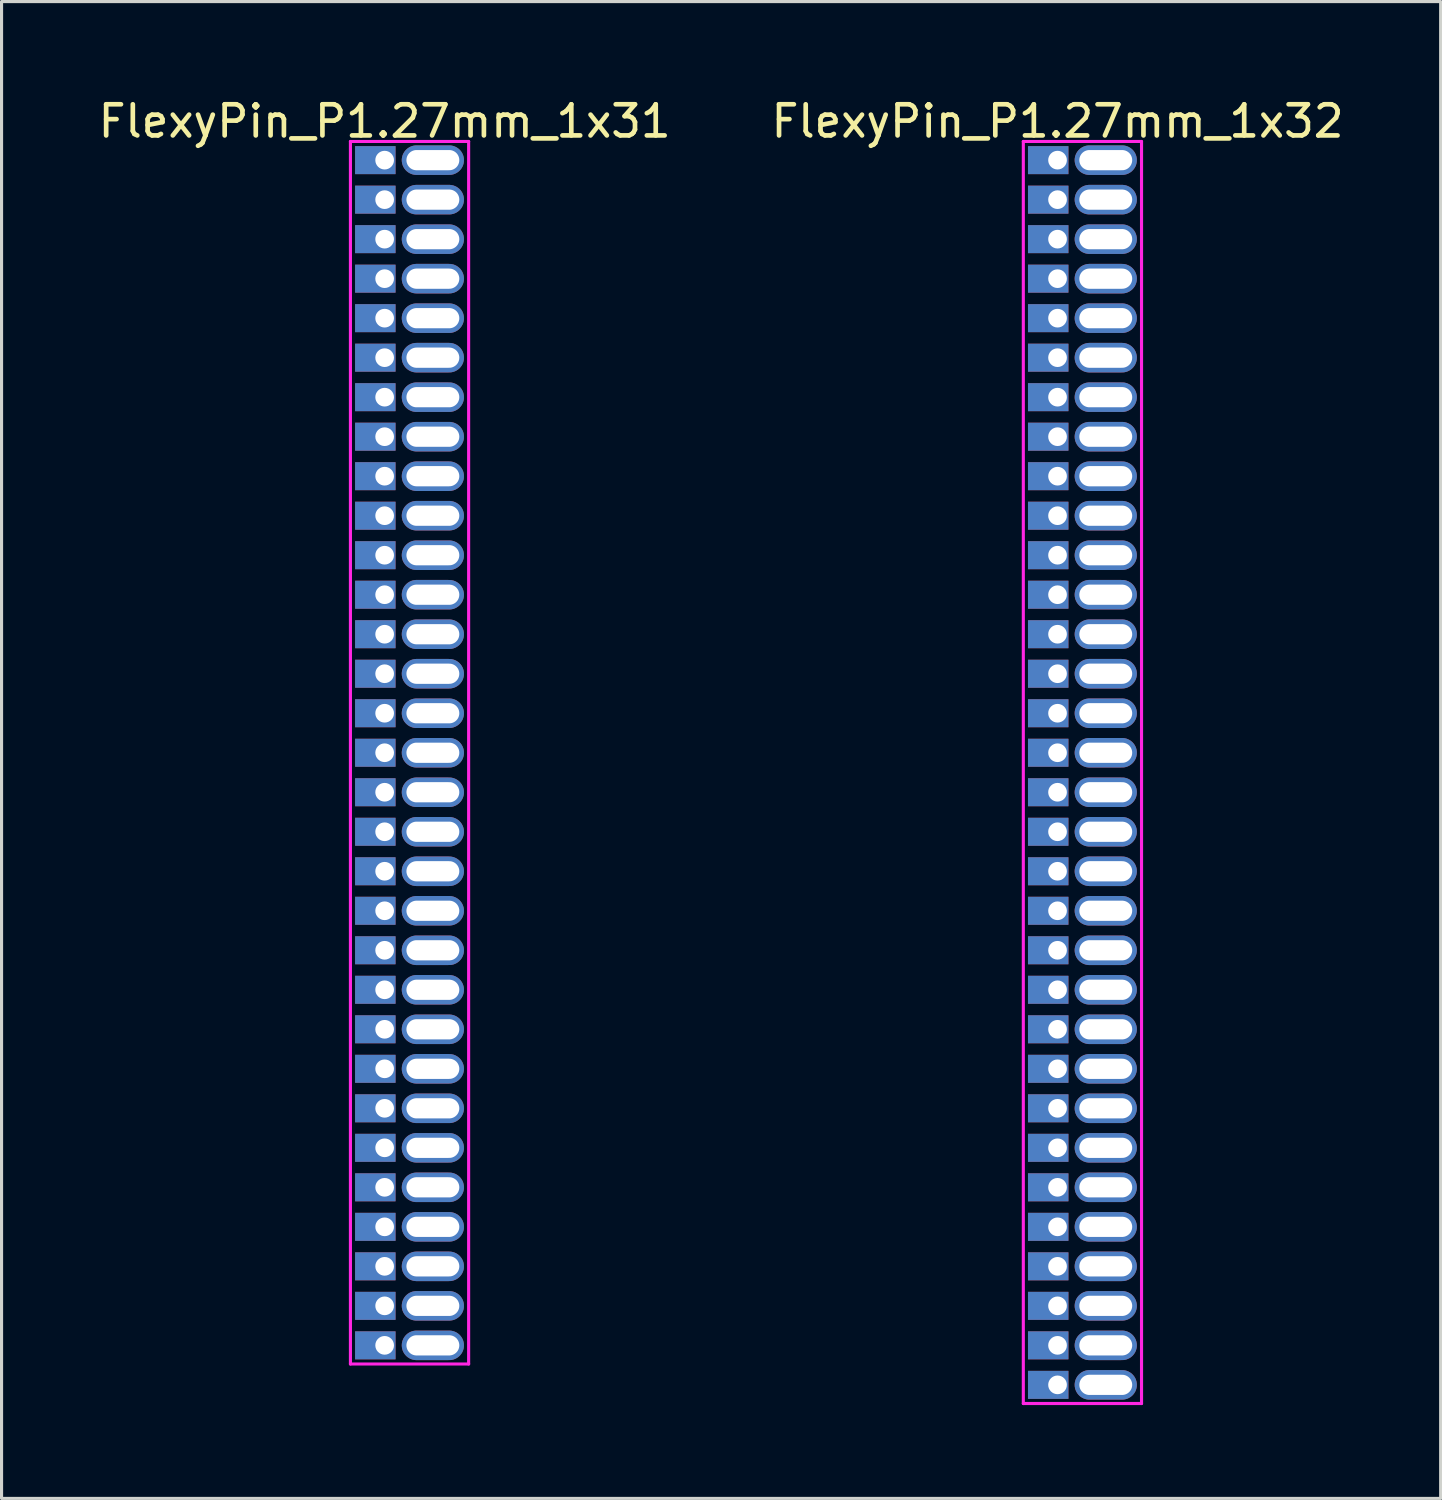
<source format=kicad_pcb>
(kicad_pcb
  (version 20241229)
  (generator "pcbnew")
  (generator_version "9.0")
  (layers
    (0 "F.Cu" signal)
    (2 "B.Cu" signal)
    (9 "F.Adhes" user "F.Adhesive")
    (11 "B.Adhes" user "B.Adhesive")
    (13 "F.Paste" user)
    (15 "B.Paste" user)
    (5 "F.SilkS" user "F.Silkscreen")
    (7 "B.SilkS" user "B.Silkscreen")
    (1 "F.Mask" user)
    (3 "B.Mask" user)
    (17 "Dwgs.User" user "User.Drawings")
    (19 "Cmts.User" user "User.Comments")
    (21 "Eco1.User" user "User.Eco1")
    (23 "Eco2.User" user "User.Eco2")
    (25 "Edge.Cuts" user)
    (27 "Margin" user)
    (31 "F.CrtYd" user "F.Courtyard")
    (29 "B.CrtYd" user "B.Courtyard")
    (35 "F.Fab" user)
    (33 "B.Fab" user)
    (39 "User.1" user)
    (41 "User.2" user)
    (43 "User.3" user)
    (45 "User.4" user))
  (footprint "FlexyPin_P1.27mm_1x31"
    (layer "F.Cu")
    (at 9.315 2.098)
    (property "Reference" "FlexyPin_P1.27mm_1x31" (at 0 -1.25 0) (layer "F.SilkS") (effects (font (size 1 1) (thickness 0.15))))
    (attr through_hole)
    (fp_line (start -1.1 -0.6) (end 2.7 -0.6) (stroke (width 0.1) (type solid)) (layer "F.CrtYd"))
    (fp_line (start -1.1 38.7) (end -1.1 -0.6) (stroke (width 0.1) (type solid)) (layer "F.CrtYd"))
    (fp_line (start 2.7 -0.6) (end 2.7 38.7) (stroke (width 0.1) (type solid)) (layer "F.CrtYd"))
    (fp_line (start 2.7 38.7) (end -1.1 38.7) (stroke (width 0.1) (type solid)) (layer "F.CrtYd"))
    (pad "" thru_hole oval (at 1.55 0) (size 2 0.95) (drill oval 1.7 0.65) (layers "*.Cu" "*.Mask"))
    (pad "" thru_hole oval (at 1.55 1.27) (size 2 0.95) (drill oval 1.7 0.65) (layers "*.Cu" "*.Mask"))
    (pad "" thru_hole oval (at 1.55 2.54) (size 2 0.95) (drill oval 1.7 0.65) (layers "*.Cu" "*.Mask"))
    (pad "" thru_hole oval (at 1.55 3.81) (size 2 0.95) (drill oval 1.7 0.65) (layers "*.Cu" "*.Mask"))
    (pad "" thru_hole oval (at 1.55 5.08) (size 2 0.95) (drill oval 1.7 0.65) (layers "*.Cu" "*.Mask"))
    (pad "" thru_hole oval (at 1.55 6.35) (size 2 0.95) (drill oval 1.7 0.65) (layers "*.Cu" "*.Mask"))
    (pad "" thru_hole oval (at 1.55 7.62) (size 2 0.95) (drill oval 1.7 0.65) (layers "*.Cu" "*.Mask"))
    (pad "" thru_hole oval (at 1.55 8.89) (size 2 0.95) (drill oval 1.7 0.65) (layers "*.Cu" "*.Mask"))
    (pad "" thru_hole oval (at 1.55 10.16) (size 2 0.95) (drill oval 1.7 0.65) (layers "*.Cu" "*.Mask"))
    (pad "" thru_hole oval (at 1.55 11.43) (size 2 0.95) (drill oval 1.7 0.65) (layers "*.Cu" "*.Mask"))
    (pad "" thru_hole oval (at 1.55 12.7) (size 2 0.95) (drill oval 1.7 0.65) (layers "*.Cu" "*.Mask"))
    (pad "" thru_hole oval (at 1.55 13.97) (size 2 0.95) (drill oval 1.7 0.65) (layers "*.Cu" "*.Mask"))
    (pad "" thru_hole oval (at 1.55 15.24) (size 2 0.95) (drill oval 1.7 0.65) (layers "*.Cu" "*.Mask"))
    (pad "" thru_hole oval (at 1.55 16.51) (size 2 0.95) (drill oval 1.7 0.65) (layers "*.Cu" "*.Mask"))
    (pad "" thru_hole oval (at 1.55 17.78) (size 2 0.95) (drill oval 1.7 0.65) (layers "*.Cu" "*.Mask"))
    (pad "" thru_hole oval (at 1.55 19.05) (size 2 0.95) (drill oval 1.7 0.65) (layers "*.Cu" "*.Mask"))
    (pad "" thru_hole oval (at 1.55 20.32) (size 2 0.95) (drill oval 1.7 0.65) (layers "*.Cu" "*.Mask"))
    (pad "" thru_hole oval (at 1.55 21.59) (size 2 0.95) (drill oval 1.7 0.65) (layers "*.Cu" "*.Mask"))
    (pad "" thru_hole oval (at 1.55 22.86) (size 2 0.95) (drill oval 1.7 0.65) (layers "*.Cu" "*.Mask"))
    (pad "" thru_hole oval (at 1.55 24.13) (size 2 0.95) (drill oval 1.7 0.65) (layers "*.Cu" "*.Mask"))
    (pad "" thru_hole oval (at 1.55 25.4) (size 2 0.95) (drill oval 1.7 0.65) (layers "*.Cu" "*.Mask"))
    (pad "" thru_hole oval (at 1.55 26.67) (size 2 0.95) (drill oval 1.7 0.65) (layers "*.Cu" "*.Mask"))
    (pad "" thru_hole oval (at 1.55 27.94) (size 2 0.95) (drill oval 1.7 0.65) (layers "*.Cu" "*.Mask"))
    (pad "" thru_hole oval (at 1.55 29.21) (size 2 0.95) (drill oval 1.7 0.65) (layers "*.Cu" "*.Mask"))
    (pad "" thru_hole oval (at 1.55 30.48) (size 2 0.95) (drill oval 1.7 0.65) (layers "*.Cu" "*.Mask"))
    (pad "" thru_hole oval (at 1.55 31.75) (size 2 0.95) (drill oval 1.7 0.65) (layers "*.Cu" "*.Mask"))
    (pad "" thru_hole oval (at 1.55 33.02) (size 2 0.95) (drill oval 1.7 0.65) (layers "*.Cu" "*.Mask"))
    (pad "" thru_hole oval (at 1.55 34.29) (size 2 0.95) (drill oval 1.7 0.65) (layers "*.Cu" "*.Mask"))
    (pad "" thru_hole oval (at 1.55 35.56) (size 2 0.95) (drill oval 1.7 0.65) (layers "*.Cu" "*.Mask"))
    (pad "" thru_hole oval (at 1.55 36.83) (size 2 0.95) (drill oval 1.7 0.65) (layers "*.Cu" "*.Mask"))
    (pad "" thru_hole oval (at 1.55 38.1) (size 2 0.95) (drill oval 1.7 0.65) (layers "*.Cu" "*.Mask"))
    (pad "1" thru_hole rect (at 0 0) (size 1.3 0.9) (drill 0.6 (offset -0.3 0)) (layers "*.Cu" "*.Mask"))
    (pad "2" thru_hole rect (at 0 1.27) (size 1.3 0.9) (drill 0.6 (offset -0.3 0)) (layers "*.Cu" "*.Mask"))
    (pad "3" thru_hole rect (at 0 2.54) (size 1.3 0.9) (drill 0.6 (offset -0.3 0)) (layers "*.Cu" "*.Mask"))
    (pad "4" thru_hole rect (at 0 3.81) (size 1.3 0.9) (drill 0.6 (offset -0.3 0)) (layers "*.Cu" "*.Mask"))
    (pad "5" thru_hole rect (at 0 5.08) (size 1.3 0.9) (drill 0.6 (offset -0.3 0)) (layers "*.Cu" "*.Mask"))
    (pad "6" thru_hole rect (at 0 6.35) (size 1.3 0.9) (drill 0.6 (offset -0.3 0)) (layers "*.Cu" "*.Mask"))
    (pad "7" thru_hole rect (at 0 7.62) (size 1.3 0.9) (drill 0.6 (offset -0.3 0)) (layers "*.Cu" "*.Mask"))
    (pad "8" thru_hole rect (at 0 8.89) (size 1.3 0.9) (drill 0.6 (offset -0.3 0)) (layers "*.Cu" "*.Mask"))
    (pad "9" thru_hole rect (at 0 10.16) (size 1.3 0.9) (drill 0.6 (offset -0.3 0)) (layers "*.Cu" "*.Mask"))
    (pad "10" thru_hole rect (at 0 11.43) (size 1.3 0.9) (drill 0.6 (offset -0.3 0)) (layers "*.Cu" "*.Mask"))
    (pad "11" thru_hole rect (at 0 12.7) (size 1.3 0.9) (drill 0.6 (offset -0.3 0)) (layers "*.Cu" "*.Mask"))
    (pad "12" thru_hole rect (at 0 13.97) (size 1.3 0.9) (drill 0.6 (offset -0.3 0)) (layers "*.Cu" "*.Mask"))
    (pad "13" thru_hole rect (at 0 15.24) (size 1.3 0.9) (drill 0.6 (offset -0.3 0)) (layers "*.Cu" "*.Mask"))
    (pad "14" thru_hole rect (at 0 16.51) (size 1.3 0.9) (drill 0.6 (offset -0.3 0)) (layers "*.Cu" "*.Mask"))
    (pad "15" thru_hole rect (at 0 17.78) (size 1.3 0.9) (drill 0.6 (offset -0.3 0)) (layers "*.Cu" "*.Mask"))
    (pad "16" thru_hole rect (at 0 19.05) (size 1.3 0.9) (drill 0.6 (offset -0.3 0)) (layers "*.Cu" "*.Mask"))
    (pad "17" thru_hole rect (at 0 20.32) (size 1.3 0.9) (drill 0.6 (offset -0.3 0)) (layers "*.Cu" "*.Mask"))
    (pad "18" thru_hole rect (at 0 21.59) (size 1.3 0.9) (drill 0.6 (offset -0.3 0)) (layers "*.Cu" "*.Mask"))
    (pad "19" thru_hole rect (at 0 22.86) (size 1.3 0.9) (drill 0.6 (offset -0.3 0)) (layers "*.Cu" "*.Mask"))
    (pad "20" thru_hole rect (at 0 24.13) (size 1.3 0.9) (drill 0.6 (offset -0.3 0)) (layers "*.Cu" "*.Mask"))
    (pad "21" thru_hole rect (at 0 25.4) (size 1.3 0.9) (drill 0.6 (offset -0.3 0)) (layers "*.Cu" "*.Mask"))
    (pad "22" thru_hole rect (at 0 26.67) (size 1.3 0.9) (drill 0.6 (offset -0.3 0)) (layers "*.Cu" "*.Mask"))
    (pad "23" thru_hole rect (at 0 27.94) (size 1.3 0.9) (drill 0.6 (offset -0.3 0)) (layers "*.Cu" "*.Mask"))
    (pad "24" thru_hole rect (at 0 29.21) (size 1.3 0.9) (drill 0.6 (offset -0.3 0)) (layers "*.Cu" "*.Mask"))
    (pad "25" thru_hole rect (at 0 30.48) (size 1.3 0.9) (drill 0.6 (offset -0.3 0)) (layers "*.Cu" "*.Mask"))
    (pad "26" thru_hole rect (at 0 31.75) (size 1.3 0.9) (drill 0.6 (offset -0.3 0)) (layers "*.Cu" "*.Mask"))
    (pad "27" thru_hole rect (at 0 33.02) (size 1.3 0.9) (drill 0.6 (offset -0.3 0)) (layers "*.Cu" "*.Mask"))
    (pad "28" thru_hole rect (at 0 34.29) (size 1.3 0.9) (drill 0.6 (offset -0.3 0)) (layers "*.Cu" "*.Mask"))
    (pad "29" thru_hole rect (at 0 35.56) (size 1.3 0.9) (drill 0.6 (offset -0.3 0)) (layers "*.Cu" "*.Mask"))
    (pad "30" thru_hole rect (at 0 36.83) (size 1.3 0.9) (drill 0.6 (offset -0.3 0)) (layers "*.Cu" "*.Mask"))
    (pad "31" thru_hole rect (at 0 38.1) (size 1.3 0.9) (drill 0.6 (offset -0.3 0)) (layers "*.Cu" "*.Mask")))
  (footprint "FlexyPin_P1.27mm_1x32"
    (layer "F.Cu")
    (at 30.946 2.098)
    (property "Reference" "FlexyPin_P1.27mm_1x32" (at 0 -1.25 0) (layer "F.SilkS") (effects (font (size 1 1) (thickness 0.15))))
    (attr through_hole)
    (fp_line (start -1.1 -0.6) (end 2.7 -0.6) (stroke (width 0.1) (type solid)) (layer "F.CrtYd"))
    (fp_line (start -1.1 39.97) (end -1.1 -0.6) (stroke (width 0.1) (type solid)) (layer "F.CrtYd"))
    (fp_line (start 2.7 -0.6) (end 2.7 39.97) (stroke (width 0.1) (type solid)) (layer "F.CrtYd"))
    (fp_line (start 2.7 39.97) (end -1.1 39.97) (stroke (width 0.1) (type solid)) (layer "F.CrtYd"))
    (pad "" thru_hole oval (at 1.55 0) (size 2 0.95) (drill oval 1.7 0.65) (layers "*.Cu" "*.Mask"))
    (pad "" thru_hole oval (at 1.55 1.27) (size 2 0.95) (drill oval 1.7 0.65) (layers "*.Cu" "*.Mask"))
    (pad "" thru_hole oval (at 1.55 2.54) (size 2 0.95) (drill oval 1.7 0.65) (layers "*.Cu" "*.Mask"))
    (pad "" thru_hole oval (at 1.55 3.81) (size 2 0.95) (drill oval 1.7 0.65) (layers "*.Cu" "*.Mask"))
    (pad "" thru_hole oval (at 1.55 5.08) (size 2 0.95) (drill oval 1.7 0.65) (layers "*.Cu" "*.Mask"))
    (pad "" thru_hole oval (at 1.55 6.35) (size 2 0.95) (drill oval 1.7 0.65) (layers "*.Cu" "*.Mask"))
    (pad "" thru_hole oval (at 1.55 7.62) (size 2 0.95) (drill oval 1.7 0.65) (layers "*.Cu" "*.Mask"))
    (pad "" thru_hole oval (at 1.55 8.89) (size 2 0.95) (drill oval 1.7 0.65) (layers "*.Cu" "*.Mask"))
    (pad "" thru_hole oval (at 1.55 10.16) (size 2 0.95) (drill oval 1.7 0.65) (layers "*.Cu" "*.Mask"))
    (pad "" thru_hole oval (at 1.55 11.43) (size 2 0.95) (drill oval 1.7 0.65) (layers "*.Cu" "*.Mask"))
    (pad "" thru_hole oval (at 1.55 12.7) (size 2 0.95) (drill oval 1.7 0.65) (layers "*.Cu" "*.Mask"))
    (pad "" thru_hole oval (at 1.55 13.97) (size 2 0.95) (drill oval 1.7 0.65) (layers "*.Cu" "*.Mask"))
    (pad "" thru_hole oval (at 1.55 15.24) (size 2 0.95) (drill oval 1.7 0.65) (layers "*.Cu" "*.Mask"))
    (pad "" thru_hole oval (at 1.55 16.51) (size 2 0.95) (drill oval 1.7 0.65) (layers "*.Cu" "*.Mask"))
    (pad "" thru_hole oval (at 1.55 17.78) (size 2 0.95) (drill oval 1.7 0.65) (layers "*.Cu" "*.Mask"))
    (pad "" thru_hole oval (at 1.55 19.05) (size 2 0.95) (drill oval 1.7 0.65) (layers "*.Cu" "*.Mask"))
    (pad "" thru_hole oval (at 1.55 20.32) (size 2 0.95) (drill oval 1.7 0.65) (layers "*.Cu" "*.Mask"))
    (pad "" thru_hole oval (at 1.55 21.59) (size 2 0.95) (drill oval 1.7 0.65) (layers "*.Cu" "*.Mask"))
    (pad "" thru_hole oval (at 1.55 22.86) (size 2 0.95) (drill oval 1.7 0.65) (layers "*.Cu" "*.Mask"))
    (pad "" thru_hole oval (at 1.55 24.13) (size 2 0.95) (drill oval 1.7 0.65) (layers "*.Cu" "*.Mask"))
    (pad "" thru_hole oval (at 1.55 25.4) (size 2 0.95) (drill oval 1.7 0.65) (layers "*.Cu" "*.Mask"))
    (pad "" thru_hole oval (at 1.55 26.67) (size 2 0.95) (drill oval 1.7 0.65) (layers "*.Cu" "*.Mask"))
    (pad "" thru_hole oval (at 1.55 27.94) (size 2 0.95) (drill oval 1.7 0.65) (layers "*.Cu" "*.Mask"))
    (pad "" thru_hole oval (at 1.55 29.21) (size 2 0.95) (drill oval 1.7 0.65) (layers "*.Cu" "*.Mask"))
    (pad "" thru_hole oval (at 1.55 30.48) (size 2 0.95) (drill oval 1.7 0.65) (layers "*.Cu" "*.Mask"))
    (pad "" thru_hole oval (at 1.55 31.75) (size 2 0.95) (drill oval 1.7 0.65) (layers "*.Cu" "*.Mask"))
    (pad "" thru_hole oval (at 1.55 33.02) (size 2 0.95) (drill oval 1.7 0.65) (layers "*.Cu" "*.Mask"))
    (pad "" thru_hole oval (at 1.55 34.29) (size 2 0.95) (drill oval 1.7 0.65) (layers "*.Cu" "*.Mask"))
    (pad "" thru_hole oval (at 1.55 35.56) (size 2 0.95) (drill oval 1.7 0.65) (layers "*.Cu" "*.Mask"))
    (pad "" thru_hole oval (at 1.55 36.83) (size 2 0.95) (drill oval 1.7 0.65) (layers "*.Cu" "*.Mask"))
    (pad "" thru_hole oval (at 1.55 38.1) (size 2 0.95) (drill oval 1.7 0.65) (layers "*.Cu" "*.Mask"))
    (pad "" thru_hole oval (at 1.55 39.37) (size 2 0.95) (drill oval 1.7 0.65) (layers "*.Cu" "*.Mask"))
    (pad "1" thru_hole rect (at 0 0) (size 1.3 0.9) (drill 0.6 (offset -0.3 0)) (layers "*.Cu" "*.Mask"))
    (pad "2" thru_hole rect (at 0 1.27) (size 1.3 0.9) (drill 0.6 (offset -0.3 0)) (layers "*.Cu" "*.Mask"))
    (pad "3" thru_hole rect (at 0 2.54) (size 1.3 0.9) (drill 0.6 (offset -0.3 0)) (layers "*.Cu" "*.Mask"))
    (pad "4" thru_hole rect (at 0 3.81) (size 1.3 0.9) (drill 0.6 (offset -0.3 0)) (layers "*.Cu" "*.Mask"))
    (pad "5" thru_hole rect (at 0 5.08) (size 1.3 0.9) (drill 0.6 (offset -0.3 0)) (layers "*.Cu" "*.Mask"))
    (pad "6" thru_hole rect (at 0 6.35) (size 1.3 0.9) (drill 0.6 (offset -0.3 0)) (layers "*.Cu" "*.Mask"))
    (pad "7" thru_hole rect (at 0 7.62) (size 1.3 0.9) (drill 0.6 (offset -0.3 0)) (layers "*.Cu" "*.Mask"))
    (pad "8" thru_hole rect (at 0 8.89) (size 1.3 0.9) (drill 0.6 (offset -0.3 0)) (layers "*.Cu" "*.Mask"))
    (pad "9" thru_hole rect (at 0 10.16) (size 1.3 0.9) (drill 0.6 (offset -0.3 0)) (layers "*.Cu" "*.Mask"))
    (pad "10" thru_hole rect (at 0 11.43) (size 1.3 0.9) (drill 0.6 (offset -0.3 0)) (layers "*.Cu" "*.Mask"))
    (pad "11" thru_hole rect (at 0 12.7) (size 1.3 0.9) (drill 0.6 (offset -0.3 0)) (layers "*.Cu" "*.Mask"))
    (pad "12" thru_hole rect (at 0 13.97) (size 1.3 0.9) (drill 0.6 (offset -0.3 0)) (layers "*.Cu" "*.Mask"))
    (pad "13" thru_hole rect (at 0 15.24) (size 1.3 0.9) (drill 0.6 (offset -0.3 0)) (layers "*.Cu" "*.Mask"))
    (pad "14" thru_hole rect (at 0 16.51) (size 1.3 0.9) (drill 0.6 (offset -0.3 0)) (layers "*.Cu" "*.Mask"))
    (pad "15" thru_hole rect (at 0 17.78) (size 1.3 0.9) (drill 0.6 (offset -0.3 0)) (layers "*.Cu" "*.Mask"))
    (pad "16" thru_hole rect (at 0 19.05) (size 1.3 0.9) (drill 0.6 (offset -0.3 0)) (layers "*.Cu" "*.Mask"))
    (pad "17" thru_hole rect (at 0 20.32) (size 1.3 0.9) (drill 0.6 (offset -0.3 0)) (layers "*.Cu" "*.Mask"))
    (pad "18" thru_hole rect (at 0 21.59) (size 1.3 0.9) (drill 0.6 (offset -0.3 0)) (layers "*.Cu" "*.Mask"))
    (pad "19" thru_hole rect (at 0 22.86) (size 1.3 0.9) (drill 0.6 (offset -0.3 0)) (layers "*.Cu" "*.Mask"))
    (pad "20" thru_hole rect (at 0 24.13) (size 1.3 0.9) (drill 0.6 (offset -0.3 0)) (layers "*.Cu" "*.Mask"))
    (pad "21" thru_hole rect (at 0 25.4) (size 1.3 0.9) (drill 0.6 (offset -0.3 0)) (layers "*.Cu" "*.Mask"))
    (pad "22" thru_hole rect (at 0 26.67) (size 1.3 0.9) (drill 0.6 (offset -0.3 0)) (layers "*.Cu" "*.Mask"))
    (pad "23" thru_hole rect (at 0 27.94) (size 1.3 0.9) (drill 0.6 (offset -0.3 0)) (layers "*.Cu" "*.Mask"))
    (pad "24" thru_hole rect (at 0 29.21) (size 1.3 0.9) (drill 0.6 (offset -0.3 0)) (layers "*.Cu" "*.Mask"))
    (pad "25" thru_hole rect (at 0 30.48) (size 1.3 0.9) (drill 0.6 (offset -0.3 0)) (layers "*.Cu" "*.Mask"))
    (pad "26" thru_hole rect (at 0 31.75) (size 1.3 0.9) (drill 0.6 (offset -0.3 0)) (layers "*.Cu" "*.Mask"))
    (pad "27" thru_hole rect (at 0 33.02) (size 1.3 0.9) (drill 0.6 (offset -0.3 0)) (layers "*.Cu" "*.Mask"))
    (pad "28" thru_hole rect (at 0 34.29) (size 1.3 0.9) (drill 0.6 (offset -0.3 0)) (layers "*.Cu" "*.Mask"))
    (pad "29" thru_hole rect (at 0 35.56) (size 1.3 0.9) (drill 0.6 (offset -0.3 0)) (layers "*.Cu" "*.Mask"))
    (pad "30" thru_hole rect (at 0 36.83) (size 1.3 0.9) (drill 0.6 (offset -0.3 0)) (layers "*.Cu" "*.Mask"))
    (pad "31" thru_hole rect (at 0 38.1) (size 1.3 0.9) (drill 0.6 (offset -0.3 0)) (layers "*.Cu" "*.Mask"))
    (pad "32" thru_hole rect (at 0 39.37) (size 1.3 0.9) (drill 0.6 (offset -0.3 0)) (layers "*.Cu" "*.Mask")))
  (gr_rect
    (start -3 -3)
    (end 43.262 45.118)
    (stroke (width 0.1) (type default))
    (fill no)
    (layer "Edge.Cuts")))
</source>
